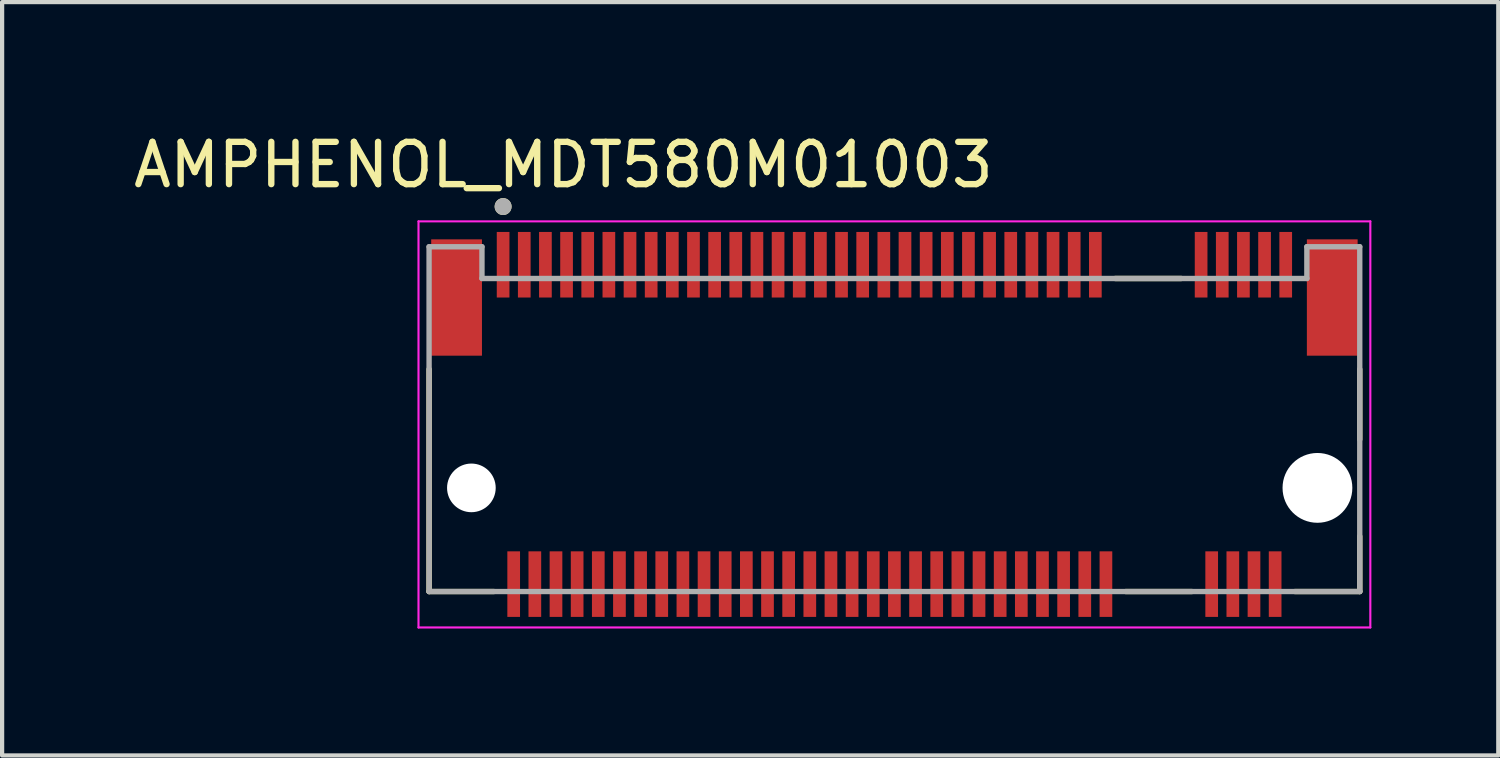
<source format=kicad_pcb>
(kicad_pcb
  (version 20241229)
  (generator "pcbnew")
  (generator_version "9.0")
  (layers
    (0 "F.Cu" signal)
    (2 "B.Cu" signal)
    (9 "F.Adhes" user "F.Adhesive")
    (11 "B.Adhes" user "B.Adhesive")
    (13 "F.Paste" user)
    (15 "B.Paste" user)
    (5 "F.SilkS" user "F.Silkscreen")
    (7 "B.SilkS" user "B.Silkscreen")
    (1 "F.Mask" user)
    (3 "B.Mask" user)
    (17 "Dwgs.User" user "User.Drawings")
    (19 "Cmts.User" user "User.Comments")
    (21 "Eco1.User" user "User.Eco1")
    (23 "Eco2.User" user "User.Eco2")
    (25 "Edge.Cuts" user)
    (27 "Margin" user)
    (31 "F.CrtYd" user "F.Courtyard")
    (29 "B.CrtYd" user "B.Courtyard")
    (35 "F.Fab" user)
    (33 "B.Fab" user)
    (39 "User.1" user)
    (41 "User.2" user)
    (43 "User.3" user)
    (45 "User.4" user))
  (footprint "AMPHENOL_MDT580M01003"
    (layer "F.Cu")
    (at 18.093 8.483)
    (property "Reference" "AMPHENOL_MDT580M01003" (at -7.825 -7.635 0) (layer "F.SilkS") (effects (font (size 1 1) (thickness 0.15))))
    (attr smd)
    (fp_line (start -11 2.45) (end -11 -2.805) (stroke (width 0.127) (type solid)) (layer "F.SilkS"))
    (fp_line (start -9.47 2.45) (end -11 2.45) (stroke (width 0.127) (type solid)) (layer "F.SilkS"))
    (fp_line (start 5.22 -4.95) (end 6.78 -4.95) (stroke (width 0.127) (type solid)) (layer "F.SilkS"))
    (fp_line (start 5.47 2.45) (end 7.03 2.45) (stroke (width 0.127) (type solid)) (layer "F.SilkS"))
    (fp_line (start 11 -2.805) (end 11 -1.145) (stroke (width 0.127) (type solid)) (layer "F.SilkS"))
    (fp_line (start 11 2.45) (end 9.47 2.45) (stroke (width 0.127) (type solid)) (layer "F.SilkS"))
    (fp_line (start 11 2.45) (end 11 1.145) (stroke (width 0.127) (type solid)) (layer "F.SilkS"))
    (fp_circle (center -9.25 -6.65) (end -9.15 -6.65) (stroke (width 0.2) (type solid)) (fill no) (layer "F.SilkS"))
    (fp_line (start -11.25 -6.3) (end -11.25 3.3) (stroke (width 0.05) (type solid)) (layer "F.CrtYd"))
    (fp_line (start -11.25 3.3) (end 11.25 3.3) (stroke (width 0.05) (type solid)) (layer "F.CrtYd"))
    (fp_line (start 11.25 -6.3) (end -11.25 -6.3) (stroke (width 0.05) (type solid)) (layer "F.CrtYd"))
    (fp_line (start 11.25 3.3) (end 11.25 -6.3) (stroke (width 0.05) (type solid)) (layer "F.CrtYd"))
    (fp_line (start -11 -5.7) (end -9.75 -5.7) (stroke (width 0.127) (type solid)) (layer "F.Fab"))
    (fp_line (start -11 2.45) (end -11 -5.7) (stroke (width 0.127) (type solid)) (layer "F.Fab"))
    (fp_line (start -9.75 -5.7) (end -9.75 -4.95) (stroke (width 0.127) (type solid)) (layer "F.Fab"))
    (fp_line (start -9.75 -4.95) (end 9.75 -4.95) (stroke (width 0.127) (type solid)) (layer "F.Fab"))
    (fp_line (start 9.75 -5.7) (end 11 -5.7) (stroke (width 0.127) (type solid)) (layer "F.Fab"))
    (fp_line (start 9.75 -4.95) (end 9.75 -5.7) (stroke (width 0.127) (type solid)) (layer "F.Fab"))
    (fp_line (start 11 -5.7) (end 11 2.45) (stroke (width 0.127) (type solid)) (layer "F.Fab"))
    (fp_line (start 11 2.45) (end -11 2.45) (stroke (width 0.127) (type solid)) (layer "F.Fab"))
    (fp_circle (center -9.25 -6.65) (end -9.15 -6.65) (stroke (width 0.2) (type solid)) (fill no) (layer "F.Fab"))
    (pad "" np_thru_hole circle (at -10 0) (size 1.15 1.15) (drill 1.15) (layers "*.Cu" "*.Mask"))
    (pad "" np_thru_hole circle (at 10 0) (size 1.65 1.65) (drill 1.65) (layers "*.Cu" "*.Mask"))
    (pad "1" smd rect (at -9.25 -5.275) (size 0.3 1.55) (layers "F.Cu" "F.Mask" "F.Paste"))
    (pad "2" smd rect (at -9 2.275) (size 0.3 1.55) (layers "F.Cu" "F.Mask" "F.Paste"))
    (pad "3" smd rect (at -8.75 -5.275) (size 0.3 1.55) (layers "F.Cu" "F.Mask" "F.Paste"))
    (pad "4" smd rect (at -8.5 2.275) (size 0.3 1.55) (layers "F.Cu" "F.Mask" "F.Paste"))
    (pad "5" smd rect (at -8.25 -5.275) (size 0.3 1.55) (layers "F.Cu" "F.Mask" "F.Paste"))
    (pad "6" smd rect (at -8 2.275) (size 0.3 1.55) (layers "F.Cu" "F.Mask" "F.Paste"))
    (pad "7" smd rect (at -7.75 -5.275) (size 0.3 1.55) (layers "F.Cu" "F.Mask" "F.Paste"))
    (pad "8" smd rect (at -7.5 2.275) (size 0.3 1.55) (layers "F.Cu" "F.Mask" "F.Paste"))
    (pad "9" smd rect (at -7.25 -5.275) (size 0.3 1.55) (layers "F.Cu" "F.Mask" "F.Paste"))
    (pad "10" smd rect (at -7 2.275) (size 0.3 1.55) (layers "F.Cu" "F.Mask" "F.Paste"))
    (pad "11" smd rect (at -6.75 -5.275) (size 0.3 1.55) (layers "F.Cu" "F.Mask" "F.Paste"))
    (pad "12" smd rect (at -6.5 2.275) (size 0.3 1.55) (layers "F.Cu" "F.Mask" "F.Paste"))
    (pad "13" smd rect (at -6.25 -5.275) (size 0.3 1.55) (layers "F.Cu" "F.Mask" "F.Paste"))
    (pad "14" smd rect (at -6 2.275) (size 0.3 1.55) (layers "F.Cu" "F.Mask" "F.Paste"))
    (pad "15" smd rect (at -5.75 -5.275) (size 0.3 1.55) (layers "F.Cu" "F.Mask" "F.Paste"))
    (pad "16" smd rect (at -5.5 2.275) (size 0.3 1.55) (layers "F.Cu" "F.Mask" "F.Paste"))
    (pad "17" smd rect (at -5.25 -5.275) (size 0.3 1.55) (layers "F.Cu" "F.Mask" "F.Paste"))
    (pad "18" smd rect (at -5 2.275) (size 0.3 1.55) (layers "F.Cu" "F.Mask" "F.Paste"))
    (pad "19" smd rect (at -4.75 -5.275) (size 0.3 1.55) (layers "F.Cu" "F.Mask" "F.Paste"))
    (pad "20" smd rect (at -4.5 2.275) (size 0.3 1.55) (layers "F.Cu" "F.Mask" "F.Paste"))
    (pad "21" smd rect (at -4.25 -5.275) (size 0.3 1.55) (layers "F.Cu" "F.Mask" "F.Paste"))
    (pad "22" smd rect (at -4 2.275) (size 0.3 1.55) (layers "F.Cu" "F.Mask" "F.Paste"))
    (pad "23" smd rect (at -3.75 -5.275) (size 0.3 1.55) (layers "F.Cu" "F.Mask" "F.Paste"))
    (pad "24" smd rect (at -3.5 2.275) (size 0.3 1.55) (layers "F.Cu" "F.Mask" "F.Paste"))
    (pad "25" smd rect (at -3.25 -5.275) (size 0.3 1.55) (layers "F.Cu" "F.Mask" "F.Paste"))
    (pad "26" smd rect (at -3 2.275) (size 0.3 1.55) (layers "F.Cu" "F.Mask" "F.Paste"))
    (pad "27" smd rect (at -2.75 -5.275) (size 0.3 1.55) (layers "F.Cu" "F.Mask" "F.Paste"))
    (pad "28" smd rect (at -2.5 2.275) (size 0.3 1.55) (layers "F.Cu" "F.Mask" "F.Paste"))
    (pad "29" smd rect (at -2.25 -5.275) (size 0.3 1.55) (layers "F.Cu" "F.Mask" "F.Paste"))
    (pad "30" smd rect (at -2 2.275) (size 0.3 1.55) (layers "F.Cu" "F.Mask" "F.Paste"))
    (pad "31" smd rect (at -1.75 -5.275) (size 0.3 1.55) (layers "F.Cu" "F.Mask" "F.Paste"))
    (pad "32" smd rect (at -1.5 2.275) (size 0.3 1.55) (layers "F.Cu" "F.Mask" "F.Paste"))
    (pad "33" smd rect (at -1.25 -5.275) (size 0.3 1.55) (layers "F.Cu" "F.Mask" "F.Paste"))
    (pad "34" smd rect (at -1 2.275) (size 0.3 1.55) (layers "F.Cu" "F.Mask" "F.Paste"))
    (pad "35" smd rect (at -0.75 -5.275) (size 0.3 1.55) (layers "F.Cu" "F.Mask" "F.Paste"))
    (pad "36" smd rect (at -0.5 2.275) (size 0.3 1.55) (layers "F.Cu" "F.Mask" "F.Paste"))
    (pad "37" smd rect (at -0.25 -5.275) (size 0.3 1.55) (layers "F.Cu" "F.Mask" "F.Paste"))
    (pad "38" smd rect (at 0 2.275) (size 0.3 1.55) (layers "F.Cu" "F.Mask" "F.Paste"))
    (pad "39" smd rect (at 0.25 -5.275) (size 0.3 1.55) (layers "F.Cu" "F.Mask" "F.Paste"))
    (pad "40" smd rect (at 0.5 2.275) (size 0.3 1.55) (layers "F.Cu" "F.Mask" "F.Paste"))
    (pad "41" smd rect (at 0.75 -5.275) (size 0.3 1.55) (layers "F.Cu" "F.Mask" "F.Paste"))
    (pad "42" smd rect (at 1 2.275) (size 0.3 1.55) (layers "F.Cu" "F.Mask" "F.Paste"))
    (pad "43" smd rect (at 1.25 -5.275) (size 0.3 1.55) (layers "F.Cu" "F.Mask" "F.Paste"))
    (pad "44" smd rect (at 1.5 2.275) (size 0.3 1.55) (layers "F.Cu" "F.Mask" "F.Paste"))
    (pad "45" smd rect (at 1.75 -5.275) (size 0.3 1.55) (layers "F.Cu" "F.Mask" "F.Paste"))
    (pad "46" smd rect (at 2 2.275) (size 0.3 1.55) (layers "F.Cu" "F.Mask" "F.Paste"))
    (pad "47" smd rect (at 2.25 -5.275) (size 0.3 1.55) (layers "F.Cu" "F.Mask" "F.Paste"))
    (pad "48" smd rect (at 2.5 2.275) (size 0.3 1.55) (layers "F.Cu" "F.Mask" "F.Paste"))
    (pad "49" smd rect (at 2.75 -5.275) (size 0.3 1.55) (layers "F.Cu" "F.Mask" "F.Paste"))
    (pad "50" smd rect (at 3 2.275) (size 0.3 1.55) (layers "F.Cu" "F.Mask" "F.Paste"))
    (pad "51" smd rect (at 3.25 -5.275) (size 0.3 1.55) (layers "F.Cu" "F.Mask" "F.Paste"))
    (pad "52" smd rect (at 3.5 2.275) (size 0.3 1.55) (layers "F.Cu" "F.Mask" "F.Paste"))
    (pad "53" smd rect (at 3.75 -5.275) (size 0.3 1.55) (layers "F.Cu" "F.Mask" "F.Paste"))
    (pad "54" smd rect (at 4 2.275) (size 0.3 1.55) (layers "F.Cu" "F.Mask" "F.Paste"))
    (pad "55" smd rect (at 4.25 -5.275) (size 0.3 1.55) (layers "F.Cu" "F.Mask" "F.Paste"))
    (pad "56" smd rect (at 4.5 2.275) (size 0.3 1.55) (layers "F.Cu" "F.Mask" "F.Paste"))
    (pad "57" smd rect (at 4.75 -5.275) (size 0.3 1.55) (layers "F.Cu" "F.Mask" "F.Paste"))
    (pad "58" smd rect (at 5 2.275) (size 0.3 1.55) (layers "F.Cu" "F.Mask" "F.Paste"))
    (pad "67" smd rect (at 7.25 -5.275) (size 0.3 1.55) (layers "F.Cu" "F.Mask" "F.Paste"))
    (pad "68" smd rect (at 7.5 2.275) (size 0.3 1.55) (layers "F.Cu" "F.Mask" "F.Paste"))
    (pad "69" smd rect (at 7.75 -5.275) (size 0.3 1.55) (layers "F.Cu" "F.Mask" "F.Paste"))
    (pad "70" smd rect (at 8 2.275) (size 0.3 1.55) (layers "F.Cu" "F.Mask" "F.Paste"))
    (pad "71" smd rect (at 8.25 -5.275) (size 0.3 1.55) (layers "F.Cu" "F.Mask" "F.Paste"))
    (pad "72" smd rect (at 8.5 2.275) (size 0.3 1.55) (layers "F.Cu" "F.Mask" "F.Paste"))
    (pad "73" smd rect (at 8.75 -5.275) (size 0.3 1.55) (layers "F.Cu" "F.Mask" "F.Paste"))
    (pad "74" smd rect (at 9 2.275) (size 0.3 1.55) (layers "F.Cu" "F.Mask" "F.Paste"))
    (pad "75" smd rect (at 9.25 -5.275) (size 0.3 1.55) (layers "F.Cu" "F.Mask" "F.Paste"))
    (pad "SH1" smd rect (at -10.35 -4.5) (size 1.2 2.75) (layers "F.Cu" "F.Mask" "F.Paste"))
    (pad "SH2" smd rect (at 10.35 -4.5) (size 1.2 2.75) (layers "F.Cu" "F.Mask" "F.Paste")))
  (gr_rect
    (start -3 -3)
    (end 32.368 14.808)
    (stroke (width 0.1) (type default))
    (fill no)
    (layer "Edge.Cuts")))
</source>
